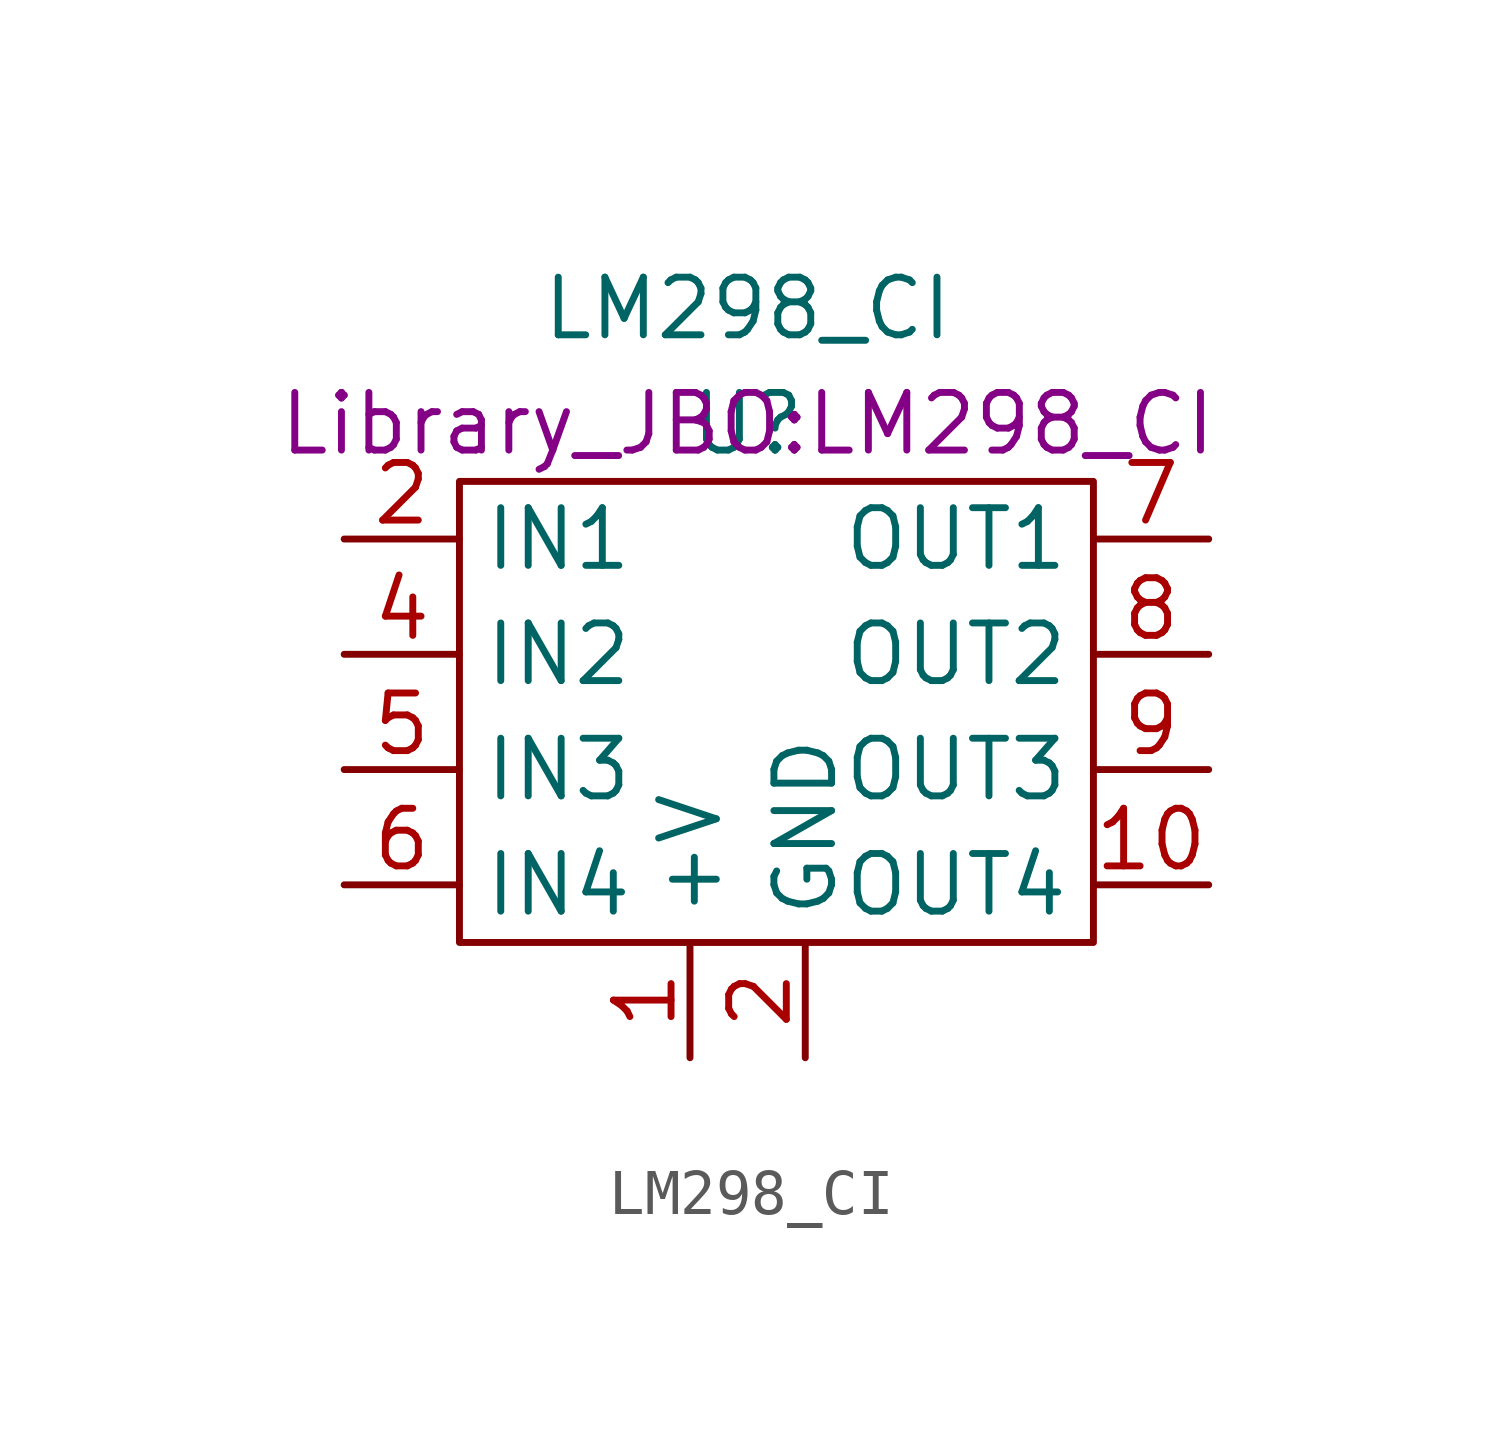
<source format=kicad_sym>
(kicad_symbol_lib
  (version 20211014)
  (generator kicad_symbol_editor)
  (symbol "LM298_CI"
    (property "Reference" "U"
      (at 0 0 0)
      (effects (font (size 1.27 1.27))))
    (property "Value" "LM298_CI"
      (at 0 2.54 0)
      (effects (font (size 1.27 1.27))))
    (property "Footprint" "Library_JBO:LM298_CI"
      (at 0 0 0)
      (effects (font (size 1.27 1.27))))
    (symbol "LM298_CI_0_1"
      (polyline (pts (xy -6.35 -1.27) (xy 7.62 -1.27) (xy 7.62 -11.43) (xy -6.35 -11.43) (xy -6.35 -1.27)) (stroke (width 0) (type default) (color 0 0 0 0)) (fill (type none))))
    (symbol "LM298_CI_1_1"
      (pin power_in line (at -1.27 -13.97 90) (length 2.54) (name "+V" (effects (font (size 1.27 1.27)))) (number "1" (effects (font (size 1.27 1.27)))))
      (pin output line (at 10.16 -10.16 180) (length 2.54) (name "OUT4" (effects (font (size 1.27 1.27)))) (number "10" (effects (font (size 1.27 1.27)))))
      (pin power_in line (at 1.27 -13.97 90) (length 2.54) (name "GND" (effects (font (size 1.27 1.27)))) (number "2" (effects (font (size 1.27 1.27)))))
      (pin input line (at -8.89 -2.54 0) (length 2.54) (name "IN1" (effects (font (size 1.27 1.27)))) (number "2" (effects (font (size 1.27 1.27)))))
      (pin input line (at -8.89 -5.08 0) (length 2.54) (name "IN2" (effects (font (size 1.27 1.27)))) (number "4" (effects (font (size 1.27 1.27)))))
      (pin input line (at -8.89 -7.62 0) (length 2.54) (name "IN3" (effects (font (size 1.27 1.27)))) (number "5" (effects (font (size 1.27 1.27)))))
      (pin input line (at -8.89 -10.16 0) (length 2.54) (name "IN4" (effects (font (size 1.27 1.27)))) (number "6" (effects (font (size 1.27 1.27)))))
      (pin output line (at 10.16 -2.54 180) (length 2.54) (name "OUT1" (effects (font (size 1.27 1.27)))) (number "7" (effects (font (size 1.27 1.27)))))
      (pin output line (at 10.16 -5.08 180) (length 2.54) (name "OUT2" (effects (font (size 1.27 1.27)))) (number "8" (effects (font (size 1.27 1.27)))))
      (pin output line (at 10.16 -7.62 180) (length 2.54) (name "OUT3" (effects (font (size 1.27 1.27)))) (number "9" (effects (font (size 1.27 1.27))))))))
</source>
